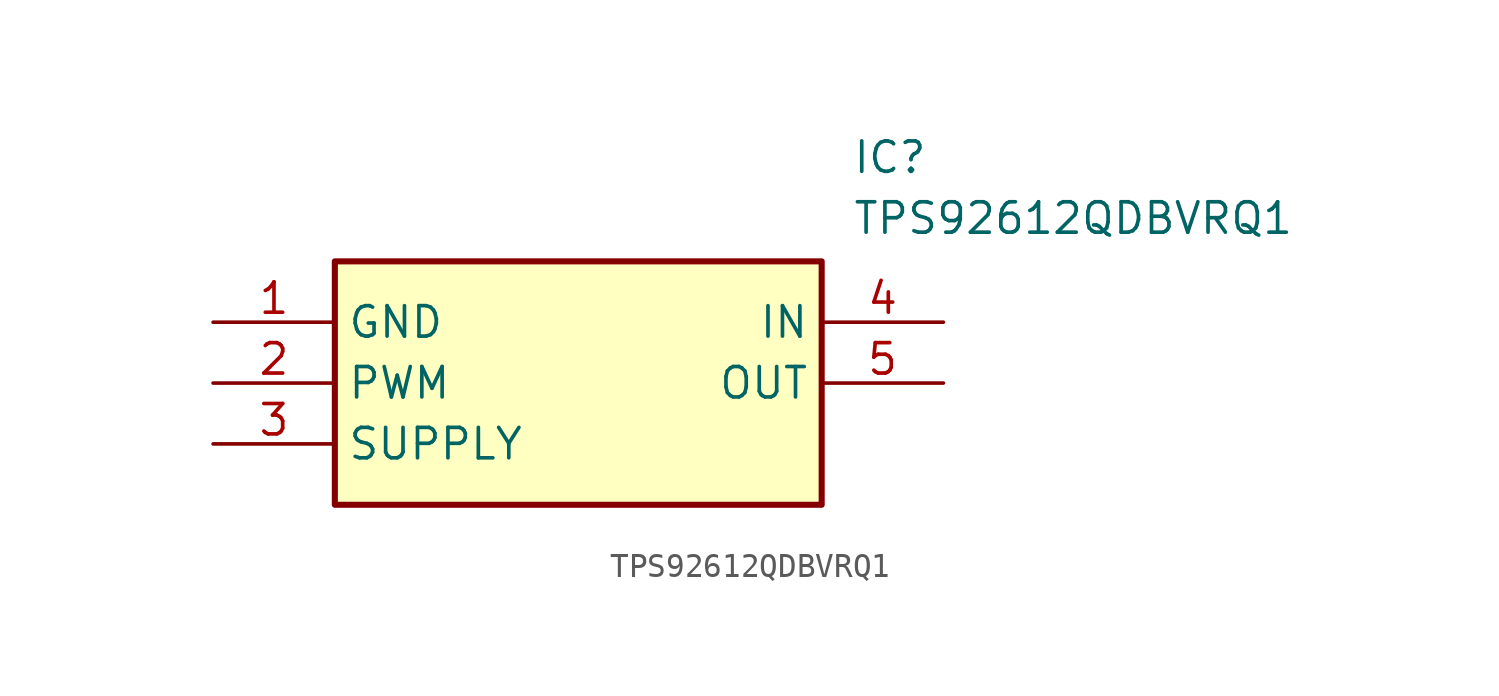
<source format=kicad_sym>
(kicad_symbol_lib
  (version 20211014)
  (generator SamacSys_ECAD_Model)
  (symbol "TPS92612QDBVRQ1"
    (property "Reference" "IC"
      (at 26.67 7.62 0)
      (effects (font (size 1.27 1.27)) (justify left top)))
    (property "Value" "TPS92612QDBVRQ1"
      (at 26.67 5.08 0)
      (effects (font (size 1.27 1.27)) (justify left top)))
    (rectangle
      (start 5.08 2.54)
      (end 25.4 -7.62)
      (stroke (width 0.254) (type default))
      (fill (type background)))
    (pin passive line
      (at 0 0 0)
      (length 5.08)
      (name "GND" (effects (font (size 1.27 1.27))))
      (number "1" (effects (font (size 1.27 1.27)))))
    (pin passive line
      (at 0 -2.54 0)
      (length 5.08)
      (name "PWM" (effects (font (size 1.27 1.27))))
      (number "2" (effects (font (size 1.27 1.27)))))
    (pin passive line
      (at 0 -5.08 0)
      (length 5.08)
      (name "SUPPLY" (effects (font (size 1.27 1.27))))
      (number "3" (effects (font (size 1.27 1.27)))))
    (pin passive line
      (at 30.48 0 180)
      (length 5.08)
      (name "IN" (effects (font (size 1.27 1.27))))
      (number "4" (effects (font (size 1.27 1.27)))))
    (pin passive line
      (at 30.48 -2.54 180)
      (length 5.08)
      (name "OUT" (effects (font (size 1.27 1.27))))
      (number "5" (effects (font (size 1.27 1.27)))))))
</source>
